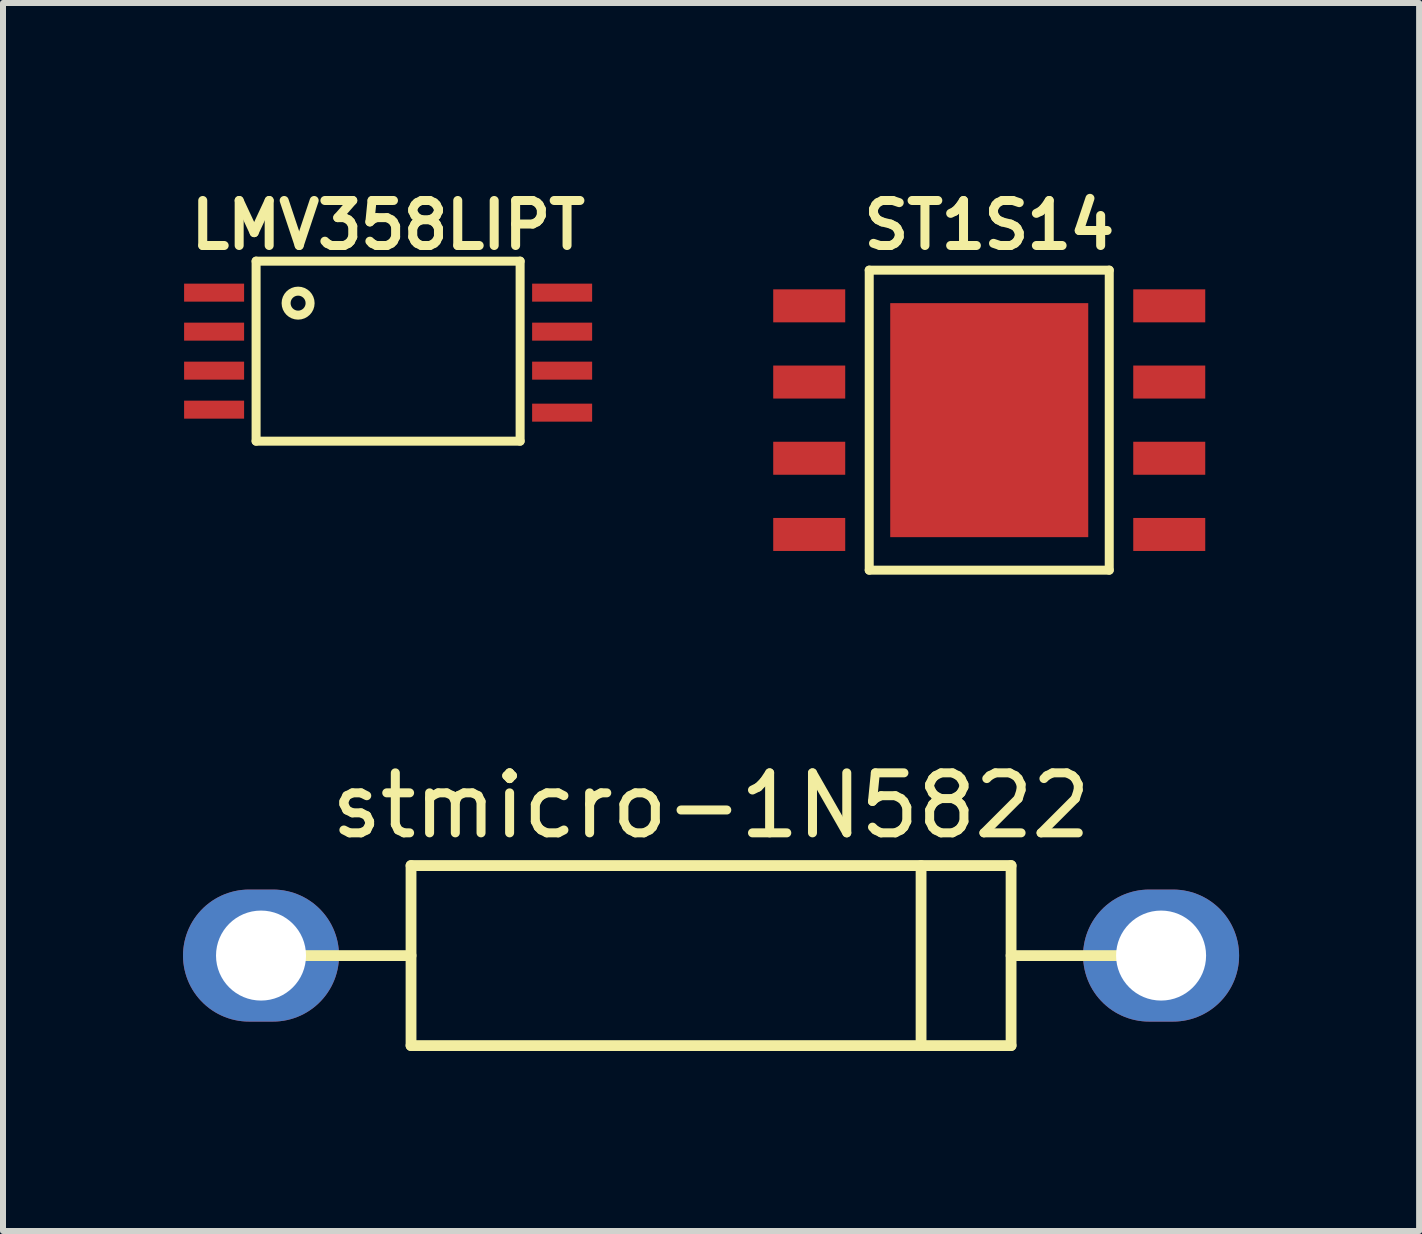
<source format=kicad_pcb>
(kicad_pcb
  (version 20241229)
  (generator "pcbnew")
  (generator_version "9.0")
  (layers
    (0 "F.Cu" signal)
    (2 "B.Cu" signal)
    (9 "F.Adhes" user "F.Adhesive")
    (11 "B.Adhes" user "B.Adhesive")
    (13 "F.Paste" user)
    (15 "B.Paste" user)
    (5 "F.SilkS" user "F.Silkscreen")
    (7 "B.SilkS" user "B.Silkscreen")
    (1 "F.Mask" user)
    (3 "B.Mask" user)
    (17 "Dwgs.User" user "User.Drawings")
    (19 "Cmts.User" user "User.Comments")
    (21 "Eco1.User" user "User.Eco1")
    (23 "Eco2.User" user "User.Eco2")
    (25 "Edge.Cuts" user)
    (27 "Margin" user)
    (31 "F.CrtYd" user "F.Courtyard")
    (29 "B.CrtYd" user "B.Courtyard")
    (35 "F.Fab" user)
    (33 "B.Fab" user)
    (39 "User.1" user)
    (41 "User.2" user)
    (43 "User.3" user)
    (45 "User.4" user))
  (footprint "stmicro-1N5822"
    (layer "F.Cu")
    (at 8.8 12.875)
    (property "Reference" "stmicro-1N5822" (at 0 -2.5 0) (layer "F.SilkS") (effects (font (size 1 1) (thickness 0.15))))
    (attr through_hole)
    (fp_line (start -7.5 0) (end -5 0) (stroke (width 0.18) (type solid)) (layer "F.SilkS"))
    (fp_line (start -5 -1.5) (end 5 -1.5) (stroke (width 0.18) (type solid)) (layer "F.SilkS"))
    (fp_line (start -5 1.5) (end -5 -1.5) (stroke (width 0.18) (type solid)) (layer "F.SilkS"))
    (fp_line (start 3.5 -1.5) (end 3.5 1.5) (stroke (width 0.18) (type solid)) (layer "F.SilkS"))
    (fp_line (start 5 -1.5) (end 5 1.5) (stroke (width 0.18) (type solid)) (layer "F.SilkS"))
    (fp_line (start 5 0) (end 7.5 0) (stroke (width 0.18) (type solid)) (layer "F.SilkS"))
    (fp_line (start 5 1.5) (end -5 1.5) (stroke (width 0.18) (type solid)) (layer "F.SilkS"))
    (pad "1" thru_hole oval (at 7.5 0) (size 2.6 2.2) (drill 1.5) (layers "*.Cu" "*.Mask" "F.Paste"))
    (pad "2" thru_hole oval (at -7.5 0) (size 2.6 2.2) (drill 1.5) (layers "*.Cu" "*.Mask" "F.Paste")))
  (footprint "ST1S14"
    (layer "F.Cu")
    (at 13.436 3.952)
    (property "Reference" "ST1S14" (at 0 -3.25 0) (layer "F.SilkS") (effects (font (size 0.75 0.75) (thickness 0.15))))
    (attr through_hole)
    (fp_line (start -2 -2.5) (end 2 -2.5) (stroke (width 0.15) (type solid)) (layer "F.SilkS"))
    (fp_line (start -2 2.5) (end -2 -2.5) (stroke (width 0.15) (type solid)) (layer "F.SilkS"))
    (fp_line (start 2 -2.5) (end 2 2.5) (stroke (width 0.15) (type solid)) (layer "F.SilkS"))
    (fp_line (start 2 2.5) (end -2 2.5) (stroke (width 0.15) (type solid)) (layer "F.SilkS"))
    (pad "1" smd rect (at -3 -1.905) (size 1.2 0.55) (layers "F.Cu" "F.Mask" "F.Paste"))
    (pad "2" smd rect (at -3 -0.635) (size 1.2 0.55) (layers "F.Cu" "F.Mask" "F.Paste"))
    (pad "3" smd rect (at -3 0.635) (size 1.2 0.55) (layers "F.Cu" "F.Mask" "F.Paste"))
    (pad "4" smd rect (at -3 1.905) (size 1.2 0.55) (layers "F.Cu" "F.Mask" "F.Paste"))
    (pad "5" smd rect (at 3 1.905) (size 1.2 0.55) (layers "F.Cu" "F.Mask" "F.Paste"))
    (pad "6" smd rect (at 0 0) (size 3.3 3.9) (layers "F.Cu" "F.Mask" "F.Paste"))
    (pad "6" smd rect (at 3 0.635) (size 1.2 0.55) (layers "F.Cu" "F.Mask" "F.Paste"))
    (pad "7" smd rect (at 3 -0.635) (size 1.2 0.55) (layers "F.Cu" "F.Mask" "F.Paste"))
    (pad "8" smd rect (at 3 -1.905) (size 1.2 0.55) (layers "F.Cu" "F.Mask" "F.Paste")))
  (footprint "LMV358LIPT"
    (layer "F.Cu")
    (at 3.418 2.802)
    (property "Reference" "LMV358LIPT" (at 0 -2.1 0) (layer "F.SilkS") (effects (font (size 0.75 0.75) (thickness 0.15))))
    (attr through_hole)
    (fp_line (start -2.2 -1.5) (end -2.2 1.5) (stroke (width 0.15) (type solid)) (layer "F.SilkS"))
    (fp_line (start -2.2 -1.5) (end 2.2 -1.5) (stroke (width 0.15) (type solid)) (layer "F.SilkS"))
    (fp_line (start -2.2 1.5) (end 2.2 1.5) (stroke (width 0.15) (type solid)) (layer "F.SilkS"))
    (fp_line (start 2.2 -1.5) (end 2.2 1.5) (stroke (width 0.15) (type solid)) (layer "F.SilkS"))
    (fp_circle (center -1.5 -0.8) (end -1.5 -0.6) (stroke (width 0.15) (type solid)) (fill no) (layer "F.SilkS"))
    (pad "1" smd rect (at -2.9 -0.975) (size 1 0.3) (layers "F.Cu" "F.Mask" "F.Paste"))
    (pad "2" smd rect (at -2.9 -0.325) (size 1 0.3) (layers "F.Cu" "F.Mask" "F.Paste"))
    (pad "3" smd rect (at -2.9 0.325) (size 1 0.3) (layers "F.Cu" "F.Mask" "F.Paste"))
    (pad "4" smd rect (at -2.9 0.975) (size 1 0.3) (layers "F.Cu" "F.Mask" "F.Paste"))
    (pad "5" smd rect (at 2.9 1.025) (size 1 0.3) (layers "F.Cu" "F.Mask" "F.Paste"))
    (pad "6" smd rect (at 2.9 0.325) (size 1 0.3) (layers "F.Cu" "F.Mask" "F.Paste"))
    (pad "7" smd rect (at 2.9 -0.325) (size 1 0.3) (layers "F.Cu" "F.Mask" "F.Paste"))
    (pad "8" smd rect (at 2.9 -0.975) (size 1 0.3) (layers "F.Cu" "F.Mask" "F.Paste")))
  (gr_rect
    (start -3 -3)
    (end 20.6 17.465)
    (stroke (width 0.1) (type default))
    (fill no)
    (layer "Edge.Cuts")))
</source>
